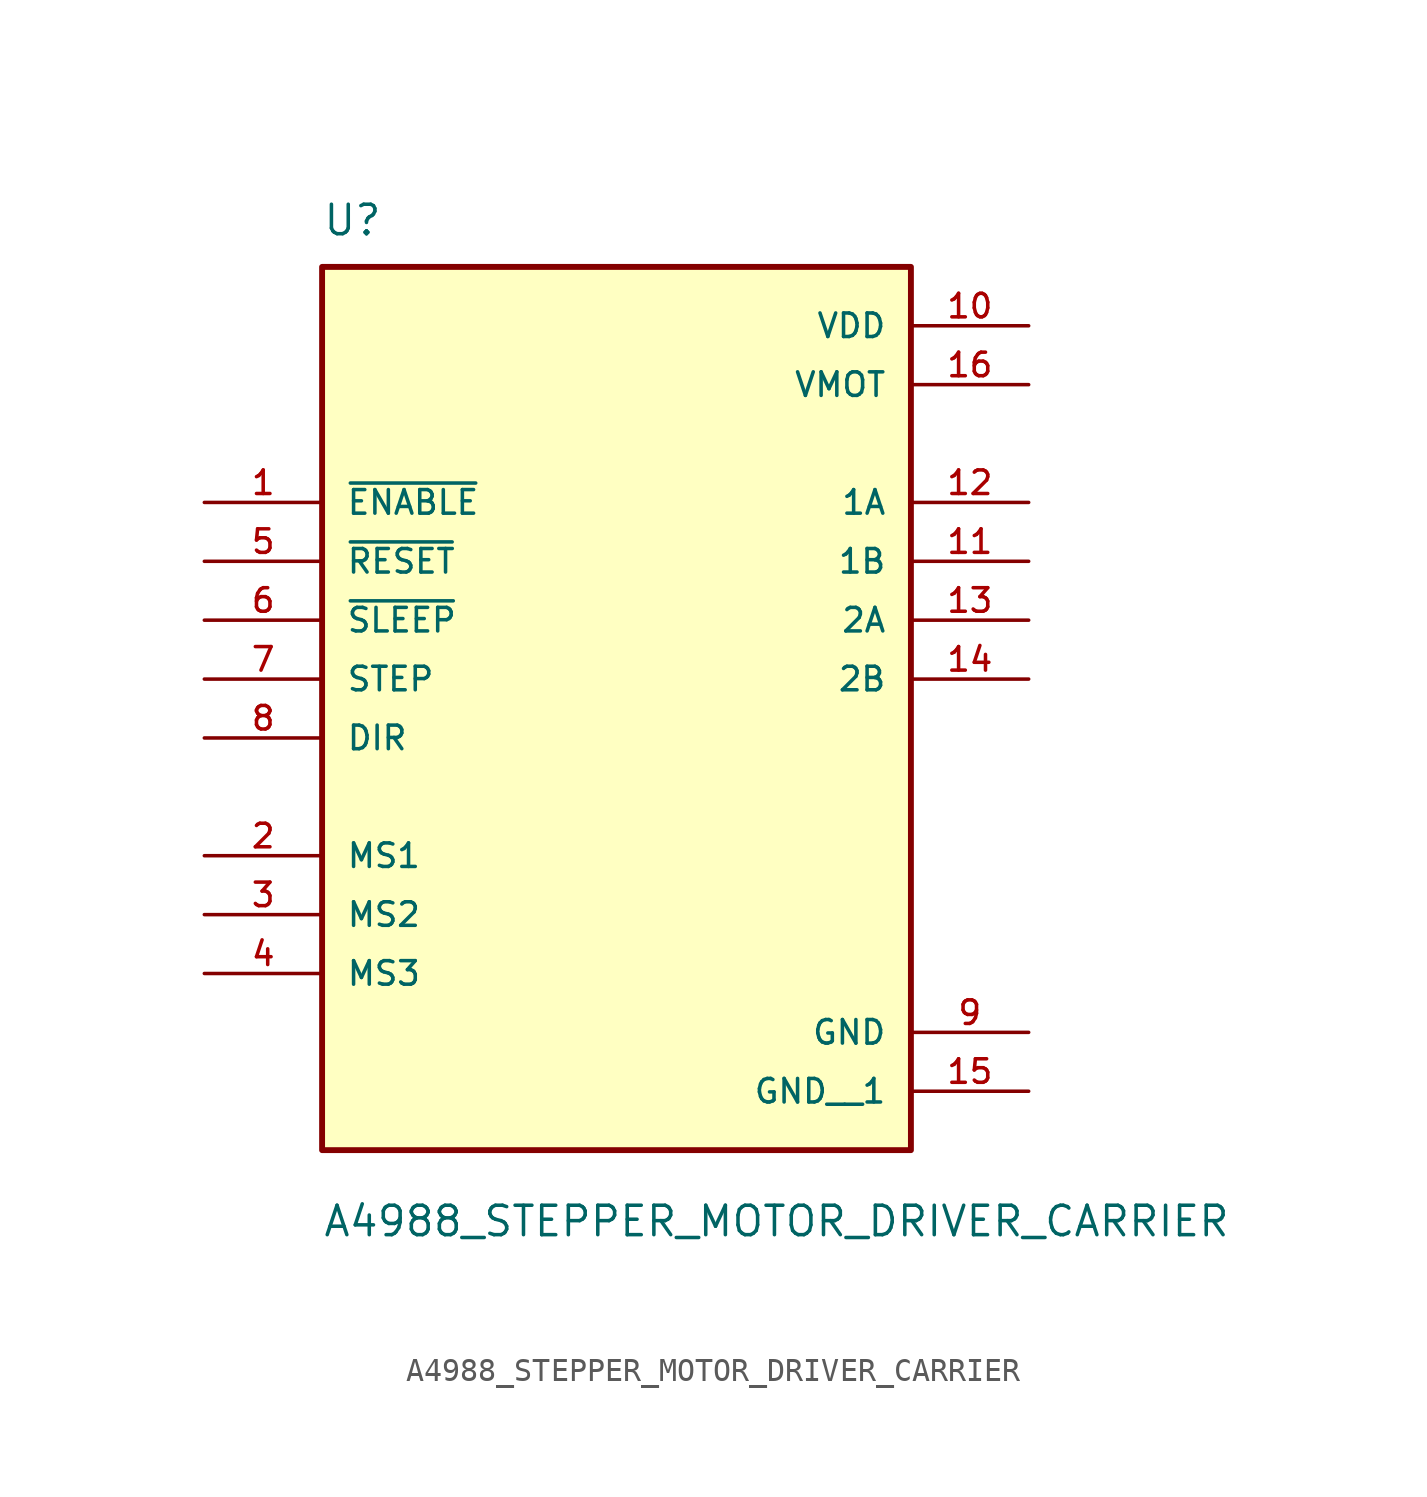
<source format=kicad_sym>
(kicad_symbol_lib
  (version 20211014)
  (generator kicad_symbol_editor)
  (symbol "A4988_STEPPER_MOTOR_DRIVER_CARRIER"
    (pin_names
      (offset 1.016))
    (property "Reference" "U"
      (at -12.7 19.05 0)
      (effects (font (size 1.27 1.27)) (justify bottom left)))
    (property "Value" "A4988_STEPPER_MOTOR_DRIVER_CARRIER"
      (at -12.7 -24.13 0)
      (effects (font (size 1.27 1.27)) (justify bottom left)))
    (symbol "A4988_STEPPER_MOTOR_DRIVER_CARRIER_0_0"
      (rectangle (start -12.7 -20.32) (end 12.7 17.78) (stroke (width 0.254)) (fill (type background)))
      (pin input line (at -17.78 7.62 0) (length 5.08) (name "~{ENABLE}" (effects (font (size 1.016 1.016)))) (number "1" (effects (font (size 1.016 1.016)))))
      (pin output line (at 17.78 7.62 180.0) (length 5.08) (name "1A" (effects (font (size 1.016 1.016)))) (number "12" (effects (font (size 1.016 1.016)))))
      (pin input line (at -17.78 5.08 0) (length 5.08) (name "~{RESET}" (effects (font (size 1.016 1.016)))) (number "5" (effects (font (size 1.016 1.016)))))
      (pin input line (at -17.78 2.54 0) (length 5.08) (name "~{SLEEP}" (effects (font (size 1.016 1.016)))) (number "6" (effects (font (size 1.016 1.016)))))
      (pin input line (at -17.78 0.0 0) (length 5.08) (name "STEP" (effects (font (size 1.016 1.016)))) (number "7" (effects (font (size 1.016 1.016)))))
      (pin input line (at -17.78 -2.54 0) (length 5.08) (name "DIR" (effects (font (size 1.016 1.016)))) (number "8" (effects (font (size 1.016 1.016)))))
      (pin input line (at -17.78 -7.62 0) (length 5.08) (name "MS1" (effects (font (size 1.016 1.016)))) (number "2" (effects (font (size 1.016 1.016)))))
      (pin input line (at -17.78 -10.16 0) (length 5.08) (name "MS2" (effects (font (size 1.016 1.016)))) (number "3" (effects (font (size 1.016 1.016)))))
      (pin input line (at -17.78 -12.7 0) (length 5.08) (name "MS3" (effects (font (size 1.016 1.016)))) (number "4" (effects (font (size 1.016 1.016)))))
      (pin output line (at 17.78 5.08 180.0) (length 5.08) (name "1B" (effects (font (size 1.016 1.016)))) (number "11" (effects (font (size 1.016 1.016)))))
      (pin output line (at 17.78 2.54 180.0) (length 5.08) (name "2A" (effects (font (size 1.016 1.016)))) (number "13" (effects (font (size 1.016 1.016)))))
      (pin output line (at 17.78 0.0 180.0) (length 5.08) (name "2B" (effects (font (size 1.016 1.016)))) (number "14" (effects (font (size 1.016 1.016)))))
      (pin power_in line (at 17.78 15.24 180.0) (length 5.08) (name "VDD" (effects (font (size 1.016 1.016)))) (number "10" (effects (font (size 1.016 1.016)))))
      (pin power_in line (at 17.78 12.7 180.0) (length 5.08) (name "VMOT" (effects (font (size 1.016 1.016)))) (number "16" (effects (font (size 1.016 1.016)))))
      (pin power_in line (at 17.78 -15.24 180.0) (length 5.08) (name "GND" (effects (font (size 1.016 1.016)))) (number "9" (effects (font (size 1.016 1.016)))))
      (pin power_in line (at 17.78 -17.78 180.0) (length 5.08) (name "GND__1" (effects (font (size 1.016 1.016)))) (number "15" (effects (font (size 1.016 1.016))))))))
</source>
